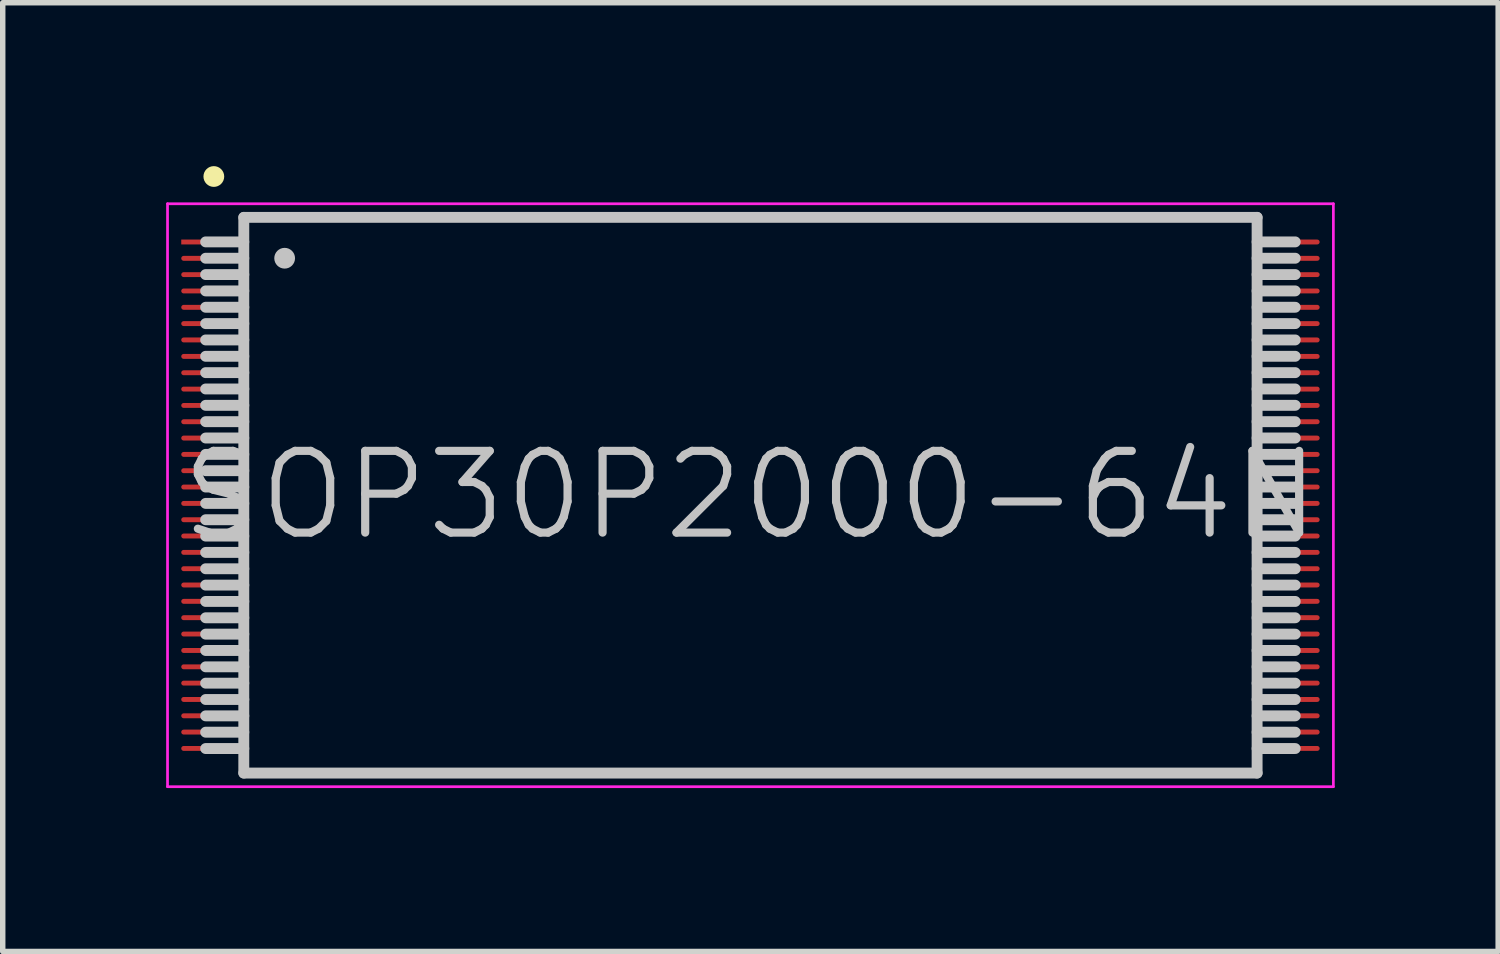
<source format=kicad_pcb>
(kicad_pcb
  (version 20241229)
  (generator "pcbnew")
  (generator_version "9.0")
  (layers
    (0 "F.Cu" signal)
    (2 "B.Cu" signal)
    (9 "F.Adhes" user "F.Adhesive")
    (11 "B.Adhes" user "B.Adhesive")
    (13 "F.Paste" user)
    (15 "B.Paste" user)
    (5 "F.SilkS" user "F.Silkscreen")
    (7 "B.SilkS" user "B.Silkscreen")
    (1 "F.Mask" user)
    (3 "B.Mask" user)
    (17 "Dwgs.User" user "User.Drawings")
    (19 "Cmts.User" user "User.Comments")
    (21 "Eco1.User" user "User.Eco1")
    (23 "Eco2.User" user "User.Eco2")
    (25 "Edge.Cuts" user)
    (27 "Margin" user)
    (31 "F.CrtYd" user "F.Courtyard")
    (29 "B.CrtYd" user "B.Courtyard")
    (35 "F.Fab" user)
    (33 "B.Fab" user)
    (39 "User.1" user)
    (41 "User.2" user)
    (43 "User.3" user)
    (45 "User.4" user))
  (footprint "SOP30P2000-64N"
    (layer "F.Cu")
    (at 10.725 6.04)
    (property "Reference" "SOP30P2000-64N" (at 0 0 0) (layer "Dwgs.User") (effects (font (size 1.5 1.5) (thickness 0.15))))
    (attr smd)
    (fp_line (start -9.85 -5.85) (end -9.85 -5.85) (stroke (width 0.381) (type solid)) (layer "F.SilkS"))
    (fp_line (start -9.3 -5.1) (end -9.3 5.1) (stroke (width 0.2) (type solid)) (layer "Dwgs.User"))
    (fp_line (start -9.3 -5.1) (end 9.3 -5.1) (stroke (width 0.2) (type solid)) (layer "Dwgs.User"))
    (fp_line (start -9.3 -4.65) (end -10 -4.65) (stroke (width 0.2) (type solid)) (layer "Dwgs.User"))
    (fp_line (start -9.3 -4.35) (end -10 -4.35) (stroke (width 0.2) (type solid)) (layer "Dwgs.User"))
    (fp_line (start -9.3 -4.05) (end -10 -4.05) (stroke (width 0.2) (type solid)) (layer "Dwgs.User"))
    (fp_line (start -9.3 -3.75) (end -10 -3.75) (stroke (width 0.2) (type solid)) (layer "Dwgs.User"))
    (fp_line (start -9.3 -3.45) (end -10 -3.45) (stroke (width 0.2) (type solid)) (layer "Dwgs.User"))
    (fp_line (start -9.3 -3.15) (end -10 -3.15) (stroke (width 0.2) (type solid)) (layer "Dwgs.User"))
    (fp_line (start -9.3 -2.85) (end -10 -2.85) (stroke (width 0.2) (type solid)) (layer "Dwgs.User"))
    (fp_line (start -9.3 -2.55) (end -10 -2.55) (stroke (width 0.2) (type solid)) (layer "Dwgs.User"))
    (fp_line (start -9.3 -2.25) (end -10 -2.25) (stroke (width 0.2) (type solid)) (layer "Dwgs.User"))
    (fp_line (start -9.3 -1.95) (end -10 -1.95) (stroke (width 0.2) (type solid)) (layer "Dwgs.User"))
    (fp_line (start -9.3 -1.65) (end -10 -1.65) (stroke (width 0.2) (type solid)) (layer "Dwgs.User"))
    (fp_line (start -9.3 -1.35) (end -10 -1.35) (stroke (width 0.2) (type solid)) (layer "Dwgs.User"))
    (fp_line (start -9.3 -1.05) (end -10 -1.05) (stroke (width 0.2) (type solid)) (layer "Dwgs.User"))
    (fp_line (start -9.3 -0.75) (end -10 -0.75) (stroke (width 0.2) (type solid)) (layer "Dwgs.User"))
    (fp_line (start -9.3 -0.45) (end -10 -0.45) (stroke (width 0.2) (type solid)) (layer "Dwgs.User"))
    (fp_line (start -9.3 -0.15) (end -10 -0.15) (stroke (width 0.2) (type solid)) (layer "Dwgs.User"))
    (fp_line (start -9.3 0.15) (end -10 0.15) (stroke (width 0.2) (type solid)) (layer "Dwgs.User"))
    (fp_line (start -9.3 0.45) (end -10 0.45) (stroke (width 0.2) (type solid)) (layer "Dwgs.User"))
    (fp_line (start -9.3 0.75) (end -10 0.75) (stroke (width 0.2) (type solid)) (layer "Dwgs.User"))
    (fp_line (start -9.3 1.05) (end -10 1.05) (stroke (width 0.2) (type solid)) (layer "Dwgs.User"))
    (fp_line (start -9.3 1.35) (end -10 1.35) (stroke (width 0.2) (type solid)) (layer "Dwgs.User"))
    (fp_line (start -9.3 1.65) (end -10 1.65) (stroke (width 0.2) (type solid)) (layer "Dwgs.User"))
    (fp_line (start -9.3 1.95) (end -10 1.95) (stroke (width 0.2) (type solid)) (layer "Dwgs.User"))
    (fp_line (start -9.3 2.25) (end -10 2.25) (stroke (width 0.2) (type solid)) (layer "Dwgs.User"))
    (fp_line (start -9.3 2.55) (end -10 2.55) (stroke (width 0.2) (type solid)) (layer "Dwgs.User"))
    (fp_line (start -9.3 2.85) (end -10 2.85) (stroke (width 0.2) (type solid)) (layer "Dwgs.User"))
    (fp_line (start -9.3 3.15) (end -10 3.15) (stroke (width 0.2) (type solid)) (layer "Dwgs.User"))
    (fp_line (start -9.3 3.45) (end -10 3.45) (stroke (width 0.2) (type solid)) (layer "Dwgs.User"))
    (fp_line (start -9.3 3.75) (end -10 3.75) (stroke (width 0.2) (type solid)) (layer "Dwgs.User"))
    (fp_line (start -9.3 4.05) (end -10 4.05) (stroke (width 0.2) (type solid)) (layer "Dwgs.User"))
    (fp_line (start -9.3 4.35) (end -10 4.35) (stroke (width 0.2) (type solid)) (layer "Dwgs.User"))
    (fp_line (start -9.3 4.65) (end -10 4.65) (stroke (width 0.2) (type solid)) (layer "Dwgs.User"))
    (fp_line (start -9.3 5.1) (end 9.3 5.1) (stroke (width 0.2) (type solid)) (layer "Dwgs.User"))
    (fp_line (start -8.55 -4.35) (end -8.55 -4.35) (stroke (width 0.381) (type solid)) (layer "Dwgs.User"))
    (fp_line (start 9.3 -5.1) (end 9.3 5.1) (stroke (width 0.2) (type solid)) (layer "Dwgs.User"))
    (fp_line (start 10 -4.65) (end 9.3 -4.65) (stroke (width 0.2) (type solid)) (layer "Dwgs.User"))
    (fp_line (start 10 -4.35) (end 9.3 -4.35) (stroke (width 0.2) (type solid)) (layer "Dwgs.User"))
    (fp_line (start 10 -4.05) (end 9.3 -4.05) (stroke (width 0.2) (type solid)) (layer "Dwgs.User"))
    (fp_line (start 10 -3.75) (end 9.3 -3.75) (stroke (width 0.2) (type solid)) (layer "Dwgs.User"))
    (fp_line (start 10 -3.45) (end 9.3 -3.45) (stroke (width 0.2) (type solid)) (layer "Dwgs.User"))
    (fp_line (start 10 -3.15) (end 9.3 -3.15) (stroke (width 0.2) (type solid)) (layer "Dwgs.User"))
    (fp_line (start 10 -2.85) (end 9.3 -2.85) (stroke (width 0.2) (type solid)) (layer "Dwgs.User"))
    (fp_line (start 10 -2.55) (end 9.3 -2.55) (stroke (width 0.2) (type solid)) (layer "Dwgs.User"))
    (fp_line (start 10 -2.25) (end 9.3 -2.25) (stroke (width 0.2) (type solid)) (layer "Dwgs.User"))
    (fp_line (start 10 -1.95) (end 9.3 -1.95) (stroke (width 0.2) (type solid)) (layer "Dwgs.User"))
    (fp_line (start 10 -1.65) (end 9.3 -1.65) (stroke (width 0.2) (type solid)) (layer "Dwgs.User"))
    (fp_line (start 10 -1.35) (end 9.3 -1.35) (stroke (width 0.2) (type solid)) (layer "Dwgs.User"))
    (fp_line (start 10 -1.05) (end 9.3 -1.05) (stroke (width 0.2) (type solid)) (layer "Dwgs.User"))
    (fp_line (start 10 -0.75) (end 9.3 -0.75) (stroke (width 0.2) (type solid)) (layer "Dwgs.User"))
    (fp_line (start 10 -0.45) (end 9.3 -0.45) (stroke (width 0.2) (type solid)) (layer "Dwgs.User"))
    (fp_line (start 10 -0.15) (end 9.3 -0.15) (stroke (width 0.2) (type solid)) (layer "Dwgs.User"))
    (fp_line (start 10 0.15) (end 9.3 0.15) (stroke (width 0.2) (type solid)) (layer "Dwgs.User"))
    (fp_line (start 10 0.45) (end 9.3 0.45) (stroke (width 0.2) (type solid)) (layer "Dwgs.User"))
    (fp_line (start 10 0.75) (end 9.3 0.75) (stroke (width 0.2) (type solid)) (layer "Dwgs.User"))
    (fp_line (start 10 1.05) (end 9.3 1.05) (stroke (width 0.2) (type solid)) (layer "Dwgs.User"))
    (fp_line (start 10 1.35) (end 9.3 1.35) (stroke (width 0.2) (type solid)) (layer "Dwgs.User"))
    (fp_line (start 10 1.65) (end 9.3 1.65) (stroke (width 0.2) (type solid)) (layer "Dwgs.User"))
    (fp_line (start 10 1.95) (end 9.3 1.95) (stroke (width 0.2) (type solid)) (layer "Dwgs.User"))
    (fp_line (start 10 2.25) (end 9.3 2.25) (stroke (width 0.2) (type solid)) (layer "Dwgs.User"))
    (fp_line (start 10 2.55) (end 9.3 2.55) (stroke (width 0.2) (type solid)) (layer "Dwgs.User"))
    (fp_line (start 10 2.85) (end 9.3 2.85) (stroke (width 0.2) (type solid)) (layer "Dwgs.User"))
    (fp_line (start 10 3.15) (end 9.3 3.15) (stroke (width 0.2) (type solid)) (layer "Dwgs.User"))
    (fp_line (start 10 3.45) (end 9.3 3.45) (stroke (width 0.2) (type solid)) (layer "Dwgs.User"))
    (fp_line (start 10 3.75) (end 9.3 3.75) (stroke (width 0.2) (type solid)) (layer "Dwgs.User"))
    (fp_line (start 10 4.05) (end 9.3 4.05) (stroke (width 0.2) (type solid)) (layer "Dwgs.User"))
    (fp_line (start 10 4.35) (end 9.3 4.35) (stroke (width 0.2) (type solid)) (layer "Dwgs.User"))
    (fp_line (start 10 4.65) (end 9.3 4.65) (stroke (width 0.2) (type solid)) (layer "Dwgs.User"))
    (fp_line (start -10.7 -5.35) (end -10.7 5.35) (stroke (width 0.05) (type solid)) (layer "F.CrtYd"))
    (fp_line (start -10.7 -5.35) (end 10.7 -5.35) (stroke (width 0.05) (type solid)) (layer "F.CrtYd"))
    (fp_line (start -10.7 5.35) (end 10.7 5.35) (stroke (width 0.05) (type solid)) (layer "F.CrtYd"))
    (fp_line (start 10.7 -5.35) (end 10.7 5.35) (stroke (width 0.05) (type solid)) (layer "F.CrtYd"))
    (pad "1" smd rect (at -9.848 -4.648 90) (size 0.09 1.2) (layers "F.Cu" "F.Mask" "F.Paste"))
    (pad "2" smd oval (at -9.848 -4.348 90) (size 0.09 1.2) (layers "F.Cu" "F.Mask" "F.Paste"))
    (pad "3" smd oval (at -9.848 -4.049 90) (size 0.09 1.2) (layers "F.Cu" "F.Mask" "F.Paste"))
    (pad "4" smd oval (at -9.848 -3.749 90) (size 0.09 1.2) (layers "F.Cu" "F.Mask" "F.Paste"))
    (pad "5" smd oval (at -9.848 -3.449 90) (size 0.09 1.2) (layers "F.Cu" "F.Mask" "F.Paste"))
    (pad "6" smd oval (at -9.848 -3.15 90) (size 0.09 1.2) (layers "F.Cu" "F.Mask" "F.Paste"))
    (pad "7" smd oval (at -9.848 -2.85 90) (size 0.09 1.2) (layers "F.Cu" "F.Mask" "F.Paste"))
    (pad "8" smd oval (at -9.848 -2.548 90) (size 0.09 1.2) (layers "F.Cu" "F.Mask" "F.Paste"))
    (pad "9" smd oval (at -9.848 -2.248 90) (size 0.09 1.2) (layers "F.Cu" "F.Mask" "F.Paste"))
    (pad "10" smd oval (at -9.848 -1.948 90) (size 0.09 1.2) (layers "F.Cu" "F.Mask" "F.Paste"))
    (pad "11" smd oval (at -9.848 -1.648 90) (size 0.09 1.2) (layers "F.Cu" "F.Mask" "F.Paste"))
    (pad "12" smd oval (at -9.848 -1.349 90) (size 0.09 1.2) (layers "F.Cu" "F.Mask" "F.Paste"))
    (pad "13" smd oval (at -9.848 -1.049 90) (size 0.09 1.2) (layers "F.Cu" "F.Mask" "F.Paste"))
    (pad "14" smd oval (at -9.848 -0.749 90) (size 0.09 1.2) (layers "F.Cu" "F.Mask" "F.Paste"))
    (pad "15" smd oval (at -9.848 -0.45 90) (size 0.09 1.2) (layers "F.Cu" "F.Mask" "F.Paste"))
    (pad "16" smd oval (at -9.848 -0.15 90) (size 0.09 1.2) (layers "F.Cu" "F.Mask" "F.Paste"))
    (pad "17" smd oval (at -9.848 0.15 90) (size 0.09 1.2) (layers "F.Cu" "F.Mask" "F.Paste"))
    (pad "18" smd oval (at -9.848 0.45 90) (size 0.09 1.2) (layers "F.Cu" "F.Mask" "F.Paste"))
    (pad "19" smd oval (at -9.848 0.749 90) (size 0.09 1.2) (layers "F.Cu" "F.Mask" "F.Paste"))
    (pad "20" smd oval (at -9.848 1.049 90) (size 0.09 1.2) (layers "F.Cu" "F.Mask" "F.Paste"))
    (pad "21" smd oval (at -9.848 1.349 90) (size 0.09 1.2) (layers "F.Cu" "F.Mask" "F.Paste"))
    (pad "22" smd oval (at -9.848 1.648 90) (size 0.09 1.2) (layers "F.Cu" "F.Mask" "F.Paste"))
    (pad "23" smd oval (at -9.848 1.948 90) (size 0.09 1.2) (layers "F.Cu" "F.Mask" "F.Paste"))
    (pad "24" smd oval (at -9.848 2.248 90) (size 0.09 1.2) (layers "F.Cu" "F.Mask" "F.Paste"))
    (pad "25" smd oval (at -9.848 2.548 90) (size 0.09 1.2) (layers "F.Cu" "F.Mask" "F.Paste"))
    (pad "26" smd oval (at -9.848 2.85 90) (size 0.09 1.2) (layers "F.Cu" "F.Mask" "F.Paste"))
    (pad "27" smd oval (at -9.848 3.15 90) (size 0.09 1.2) (layers "F.Cu" "F.Mask" "F.Paste"))
    (pad "28" smd oval (at -9.848 3.449 90) (size 0.09 1.2) (layers "F.Cu" "F.Mask" "F.Paste"))
    (pad "29" smd oval (at -9.848 3.749 90) (size 0.09 1.2) (layers "F.Cu" "F.Mask" "F.Paste"))
    (pad "30" smd oval (at -9.848 4.049 90) (size 0.09 1.2) (layers "F.Cu" "F.Mask" "F.Paste"))
    (pad "31" smd oval (at -9.848 4.348 90) (size 0.09 1.2) (layers "F.Cu" "F.Mask" "F.Paste"))
    (pad "32" smd oval (at -9.848 4.648 90) (size 0.09 1.2) (layers "F.Cu" "F.Mask" "F.Paste"))
    (pad "33" smd oval (at 9.848 4.648 270) (size 0.09 1.2) (layers "F.Cu" "F.Mask" "F.Paste"))
    (pad "34" smd oval (at 9.848 4.348 270) (size 0.09 1.2) (layers "F.Cu" "F.Mask" "F.Paste"))
    (pad "35" smd oval (at 9.848 4.049 270) (size 0.09 1.2) (layers "F.Cu" "F.Mask" "F.Paste"))
    (pad "36" smd oval (at 9.848 3.749 270) (size 0.09 1.2) (layers "F.Cu" "F.Mask" "F.Paste"))
    (pad "37" smd oval (at 9.848 3.449 270) (size 0.09 1.2) (layers "F.Cu" "F.Mask" "F.Paste"))
    (pad "38" smd oval (at 9.848 3.15 270) (size 0.09 1.2) (layers "F.Cu" "F.Mask" "F.Paste"))
    (pad "39" smd oval (at 9.848 2.85 270) (size 0.09 1.2) (layers "F.Cu" "F.Mask" "F.Paste"))
    (pad "40" smd oval (at 9.848 2.548 270) (size 0.09 1.2) (layers "F.Cu" "F.Mask" "F.Paste"))
    (pad "41" smd oval (at 9.848 2.248 270) (size 0.09 1.2) (layers "F.Cu" "F.Mask" "F.Paste"))
    (pad "42" smd oval (at 9.848 1.948 270) (size 0.09 1.2) (layers "F.Cu" "F.Mask" "F.Paste"))
    (pad "43" smd oval (at 9.848 1.648 270) (size 0.09 1.2) (layers "F.Cu" "F.Mask" "F.Paste"))
    (pad "44" smd oval (at 9.848 1.349 270) (size 0.09 1.2) (layers "F.Cu" "F.Mask" "F.Paste"))
    (pad "45" smd oval (at 9.848 1.049 270) (size 0.09 1.2) (layers "F.Cu" "F.Mask" "F.Paste"))
    (pad "46" smd oval (at 9.848 0.749 270) (size 0.09 1.2) (layers "F.Cu" "F.Mask" "F.Paste"))
    (pad "47" smd oval (at 9.848 0.45 270) (size 0.09 1.2) (layers "F.Cu" "F.Mask" "F.Paste"))
    (pad "48" smd oval (at 9.848 0.15 270) (size 0.09 1.2) (layers "F.Cu" "F.Mask" "F.Paste"))
    (pad "49" smd oval (at 9.848 -0.15 270) (size 0.09 1.2) (layers "F.Cu" "F.Mask" "F.Paste"))
    (pad "50" smd oval (at 9.848 -0.45 270) (size 0.09 1.2) (layers "F.Cu" "F.Mask" "F.Paste"))
    (pad "51" smd oval (at 9.848 -0.749 270) (size 0.09 1.2) (layers "F.Cu" "F.Mask" "F.Paste"))
    (pad "52" smd oval (at 9.848 -1.049 270) (size 0.09 1.2) (layers "F.Cu" "F.Mask" "F.Paste"))
    (pad "53" smd oval (at 9.848 -1.349 270) (size 0.09 1.2) (layers "F.Cu" "F.Mask" "F.Paste"))
    (pad "54" smd oval (at 9.848 -1.648 270) (size 0.09 1.2) (layers "F.Cu" "F.Mask" "F.Paste"))
    (pad "55" smd oval (at 9.848 -1.948 270) (size 0.09 1.2) (layers "F.Cu" "F.Mask" "F.Paste"))
    (pad "56" smd oval (at 9.848 -2.248 270) (size 0.09 1.2) (layers "F.Cu" "F.Mask" "F.Paste"))
    (pad "57" smd oval (at 9.848 -2.548 270) (size 0.09 1.2) (layers "F.Cu" "F.Mask" "F.Paste"))
    (pad "58" smd oval (at 9.848 -2.85 270) (size 0.09 1.2) (layers "F.Cu" "F.Mask" "F.Paste"))
    (pad "59" smd oval (at 9.848 -3.15 270) (size 0.09 1.2) (layers "F.Cu" "F.Mask" "F.Paste"))
    (pad "60" smd oval (at 9.848 -3.449 270) (size 0.09 1.2) (layers "F.Cu" "F.Mask" "F.Paste"))
    (pad "61" smd oval (at 9.848 -3.749 270) (size 0.09 1.2) (layers "F.Cu" "F.Mask" "F.Paste"))
    (pad "62" smd oval (at 9.848 -4.049 270) (size 0.09 1.2) (layers "F.Cu" "F.Mask" "F.Paste"))
    (pad "63" smd oval (at 9.848 -4.348 270) (size 0.09 1.2) (layers "F.Cu" "F.Mask" "F.Paste"))
    (pad "64" smd oval (at 9.848 -4.648 270) (size 0.09 1.2) (layers "F.Cu" "F.Mask" "F.Paste")))
  (gr_rect
    (start -3 -3)
    (end 24.45 14.415)
    (stroke (width 0.1) (type default))
    (fill no)
    (layer "Edge.Cuts")))
</source>
